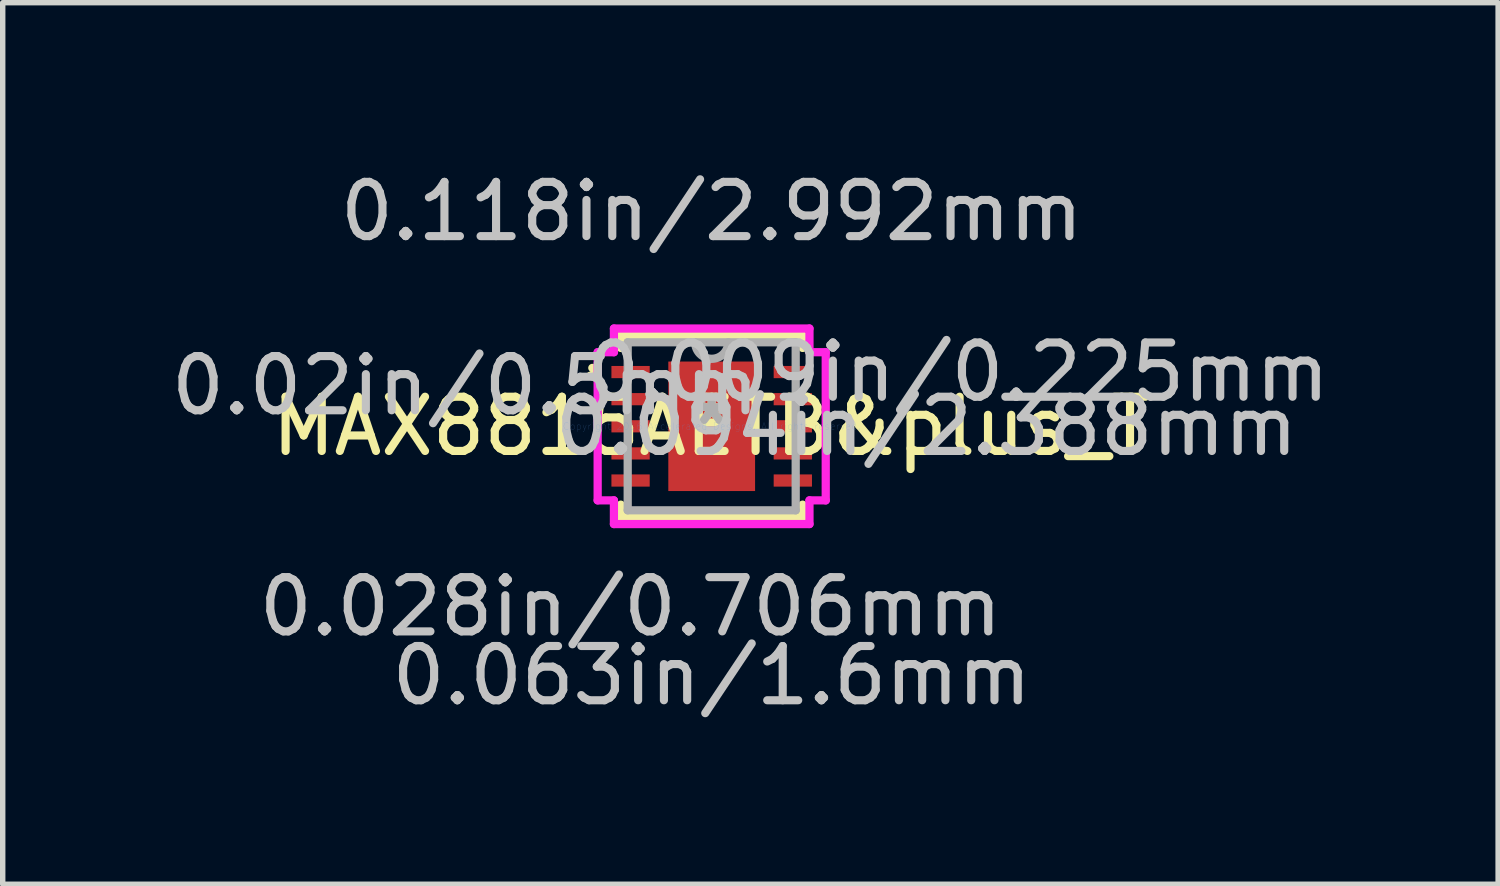
<source format=kicad_pcb>
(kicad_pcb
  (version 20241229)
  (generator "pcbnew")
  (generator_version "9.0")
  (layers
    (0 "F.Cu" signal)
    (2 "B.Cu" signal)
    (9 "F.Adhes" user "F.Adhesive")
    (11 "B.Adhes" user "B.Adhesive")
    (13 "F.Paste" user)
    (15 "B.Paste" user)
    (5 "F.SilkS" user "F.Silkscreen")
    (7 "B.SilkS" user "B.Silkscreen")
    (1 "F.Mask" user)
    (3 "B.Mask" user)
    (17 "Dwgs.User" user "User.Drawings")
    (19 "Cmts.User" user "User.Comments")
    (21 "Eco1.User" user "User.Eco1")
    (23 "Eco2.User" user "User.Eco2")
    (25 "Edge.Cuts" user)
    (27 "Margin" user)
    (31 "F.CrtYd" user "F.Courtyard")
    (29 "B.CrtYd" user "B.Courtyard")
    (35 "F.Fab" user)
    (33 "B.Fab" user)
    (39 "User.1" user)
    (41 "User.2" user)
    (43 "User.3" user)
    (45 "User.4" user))
  (footprint "MAX8815AETB&plus_T"
    (layer "F.Cu")
    (at 10.074 4.811)
    (property "Reference" "MAX8815AETB&plus_T" (at 0 0 0) (layer "F.SilkS") (effects (font (size 1 1) (thickness 0.15))))
    (attr through_hole)
    (fp_line (start -1.676 -1.676) (end -1.676 -1.445) (stroke (width 0.152) (type solid)) (layer "F.SilkS"))
    (fp_line (start -1.676 1.445) (end -1.676 1.676) (stroke (width 0.152) (type solid)) (layer "F.SilkS"))
    (fp_line (start -1.676 1.676) (end 1.676 1.676) (stroke (width 0.152) (type solid)) (layer "F.SilkS"))
    (fp_line (start 1.676 -1.676) (end -1.676 -1.676) (stroke (width 0.152) (type solid)) (layer "F.SilkS"))
    (fp_line (start 1.676 -1.445) (end 1.676 -1.676) (stroke (width 0.152) (type solid)) (layer "F.SilkS"))
    (fp_line (start 1.676 1.676) (end 1.676 1.445) (stroke (width 0.152) (type solid)) (layer "F.SilkS"))
    (fp_arc (start -2.200999 -1.0762) (mid -2.12717 -0.98114) (end -2.237545 -0.933136) (stroke (width 0.1524) (type solid)) (layer "F.SilkS"))
    (fp_line (start -0.8 -1.194) (end -0.8 1.194) (stroke (width 0.152) (type solid)) (layer "F.Paste"))
    (fp_line (start -0.8 1.194) (end 0.8 1.194) (stroke (width 0.152) (type solid)) (layer "F.Paste"))
    (fp_line (start 0.8 -1.194) (end -0.8 -1.194) (stroke (width 0.152) (type solid)) (layer "F.Paste"))
    (fp_line (start 0.8 1.194) (end 0.8 -1.194) (stroke (width 0.152) (type solid)) (layer "F.Paste"))
    (fp_line (start -2.103 -1.366) (end -1.803 -1.366) (stroke (width 0.152) (type solid)) (layer "F.CrtYd"))
    (fp_line (start -2.103 1.366) (end -2.103 -1.366) (stroke (width 0.152) (type solid)) (layer "F.CrtYd"))
    (fp_line (start -1.803 -1.803) (end 1.803 -1.803) (stroke (width 0.152) (type solid)) (layer "F.CrtYd"))
    (fp_line (start -1.803 -1.366) (end -1.803 -1.803) (stroke (width 0.152) (type solid)) (layer "F.CrtYd"))
    (fp_line (start -1.803 1.366) (end -2.103 1.366) (stroke (width 0.152) (type solid)) (layer "F.CrtYd"))
    (fp_line (start -1.803 1.803) (end -1.803 1.366) (stroke (width 0.152) (type solid)) (layer "F.CrtYd"))
    (fp_line (start 1.803 -1.803) (end 1.803 -1.366) (stroke (width 0.152) (type solid)) (layer "F.CrtYd"))
    (fp_line (start 1.803 -1.366) (end 2.103 -1.366) (stroke (width 0.152) (type solid)) (layer "F.CrtYd"))
    (fp_line (start 1.803 1.366) (end 1.803 1.803) (stroke (width 0.152) (type solid)) (layer "F.CrtYd"))
    (fp_line (start 1.803 1.803) (end -1.803 1.803) (stroke (width 0.152) (type solid)) (layer "F.CrtYd"))
    (fp_line (start 2.103 -1.366) (end 2.103 1.366) (stroke (width 0.152) (type solid)) (layer "F.CrtYd"))
    (fp_line (start 2.103 1.366) (end 1.803 1.366) (stroke (width 0.152) (type solid)) (layer "F.CrtYd"))
    (fp_line (start -1.549 -1.549) (end -1.549 1.549) (stroke (width 0.152) (type solid)) (layer "F.Fab"))
    (fp_line (start -1.549 1.549) (end 1.549 1.549) (stroke (width 0.152) (type solid)) (layer "F.Fab"))
    (fp_line (start 1.549 -1.549) (end -1.549 -1.549) (stroke (width 0.152) (type solid)) (layer "F.Fab"))
    (fp_line (start 1.549 1.549) (end 1.549 -1.549) (stroke (width 0.152) (type solid)) (layer "F.Fab"))
    (fp_arc (start 0.3048 -1.5494) (mid 0 -1.2446) (end -0.3048 -1.5494) (stroke (width 0.1524) (type solid)) (layer "F.Fab"))
    (fp_text user "*" (at 0 0 0) (layer "F.SilkS") (effects (font (size 1 1) (thickness 0.15))))
    (fp_text user "0.094in/2.388mm" (at 3.962 0 0) (layer "Dwgs.User") (effects (font (size 1 1) (thickness 0.15))))
    (fp_text user "0.028in/0.706mm" (at -1.496 3.327 0) (layer "Dwgs.User") (effects (font (size 1 1) (thickness 0.15))))
    (fp_text user "0.009in/0.225mm" (at 4.544 -1 0) (layer "Dwgs.User") (effects (font (size 1 1) (thickness 0.15))))
    (fp_text user "0.02in/0.5mm" (at -4.544 -0.75 0) (layer "Dwgs.User") (effects (font (size 1 1) (thickness 0.15))))
    (fp_text user "0.118in/2.992mm" (at 0 -3.962 0) (layer "Dwgs.User") (effects (font (size 1 1) (thickness 0.15))))
    (fp_text user "0.063in/1.6mm" (at 0 4.597 0) (layer "Dwgs.User") (effects (font (size 1 1) (thickness 0.15))))
    (fp_text user "Copyright 2016 Accelerated Designs. All rights reserved." (at 0 0 0) (layer "Cmts.User") (effects (font (size 0.127 0.127) (thickness 0.002))))
    (fp_text user "*" (at 0 0 0) (layer "F.Fab") (effects (font (size 1 1) (thickness 0.15))))
    (pad "1" smd rect (at -1.496 -1) (size 0.706 0.225) (layers "F.Cu" "F.Mask" "F.Paste"))
    (pad "2" smd rect (at -1.496 -0.5) (size 0.706 0.225) (layers "F.Cu" "F.Mask" "F.Paste"))
    (pad "3" smd rect (at -1.496 0) (size 0.706 0.225) (layers "F.Cu" "F.Mask" "F.Paste"))
    (pad "4" smd rect (at -1.496 0.5) (size 0.706 0.225) (layers "F.Cu" "F.Mask" "F.Paste"))
    (pad "5" smd rect (at -1.496 1) (size 0.706 0.225) (layers "F.Cu" "F.Mask" "F.Paste"))
    (pad "6" smd rect (at 1.496 1) (size 0.706 0.225) (layers "F.Cu" "F.Mask" "F.Paste"))
    (pad "7" smd rect (at 1.496 0.5) (size 0.706 0.225) (layers "F.Cu" "F.Mask" "F.Paste"))
    (pad "8" smd rect (at 1.496 0) (size 0.706 0.225) (layers "F.Cu" "F.Mask" "F.Paste"))
    (pad "9" smd rect (at 1.496 -0.5) (size 0.706 0.225) (layers "F.Cu" "F.Mask" "F.Paste"))
    (pad "10" smd rect (at 1.496 -1) (size 0.706 0.225) (layers "F.Cu" "F.Mask" "F.Paste"))
    (pad "11" smd rect (at 0 0) (size 1.6 2.388) (layers "F.Cu" "F.Mask" "F.Paste")))
  (gr_rect
    (start -3 -3)
    (end 24.576 13.256)
    (stroke (width 0.1) (type default))
    (fill no)
    (layer "Edge.Cuts")))
</source>
